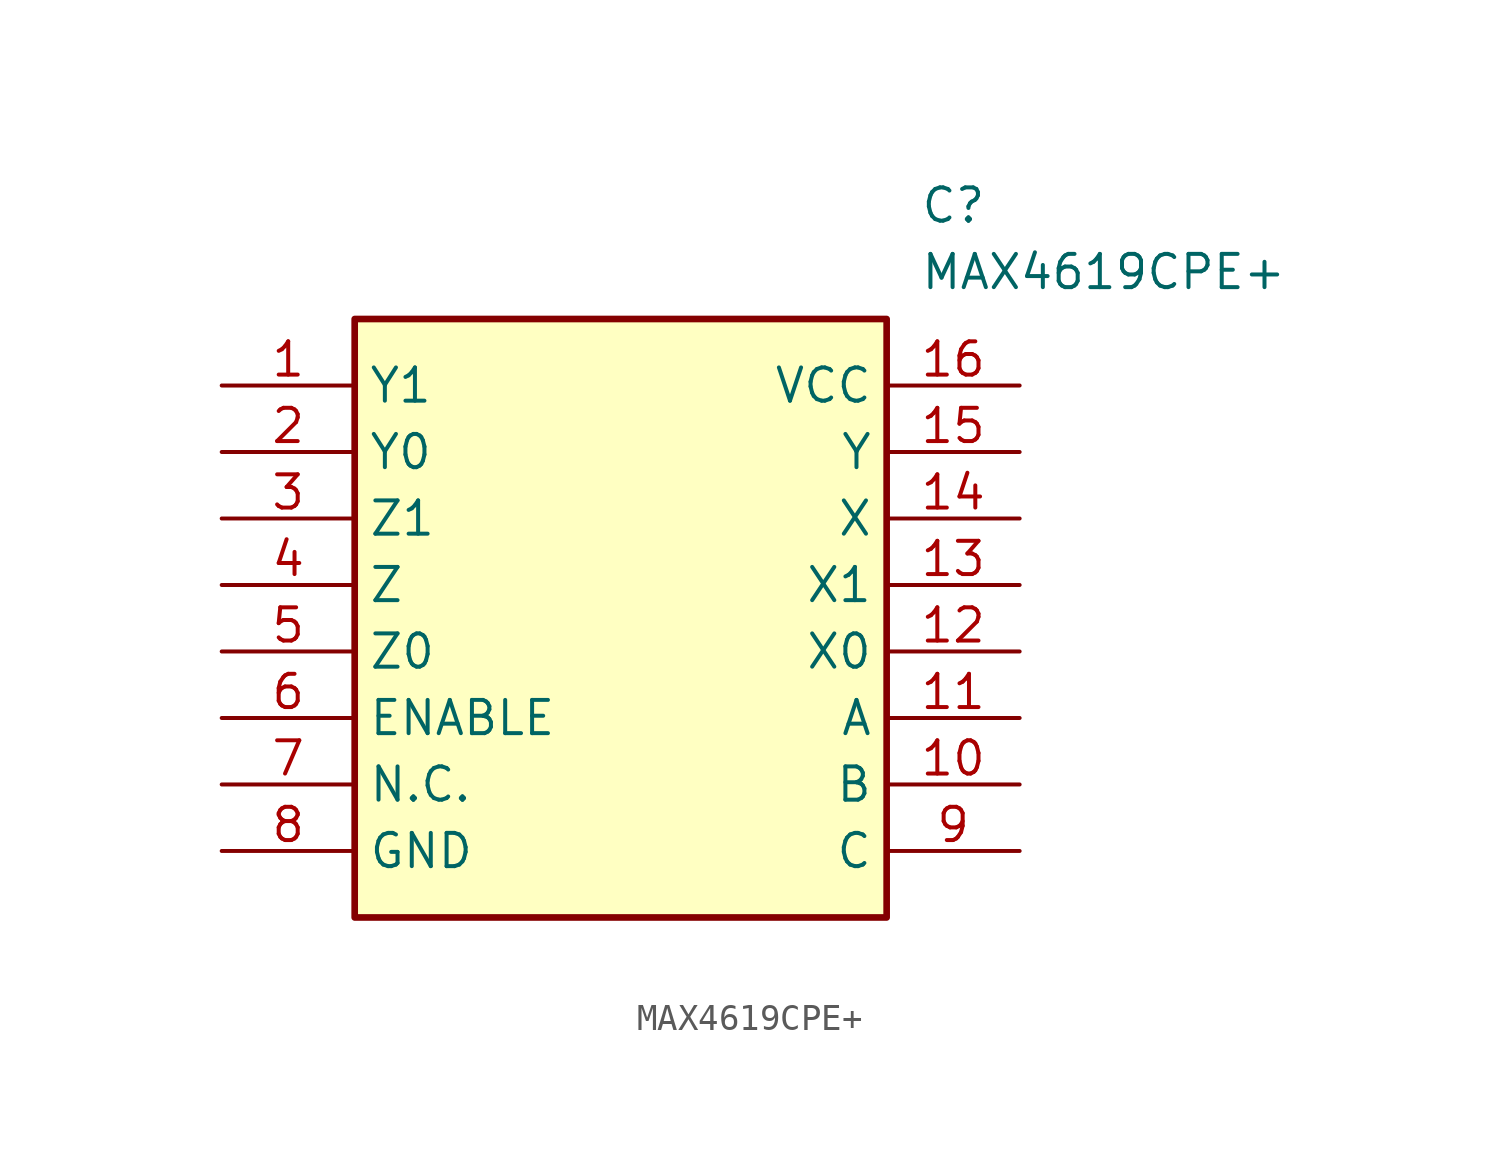
<source format=kicad_sym>
(kicad_symbol_lib
  (version 20211014)
  (generator SamacSys_ECAD_Model)
  (symbol "MAX4619CPE+"
    (property "Reference" "C"
      (at 26.67 7.62 0)
      (effects (font (size 1.27 1.27)) (justify left top)))
    (property "Value" "MAX4619CPE+"
      (at 26.67 5.08 0)
      (effects (font (size 1.27 1.27)) (justify left top)))
    (rectangle
      (start 5.08 2.54)
      (end 25.4 -20.32)
      (stroke (width 0.254) (type default))
      (fill (type background)))
    (pin passive line
      (at 0 0 0)
      (length 5.08)
      (name "Y1" (effects (font (size 1.27 1.27))))
      (number "1" (effects (font (size 1.27 1.27)))))
    (pin passive line
      (at 0 -2.54 0)
      (length 5.08)
      (name "Y0" (effects (font (size 1.27 1.27))))
      (number "2" (effects (font (size 1.27 1.27)))))
    (pin passive line
      (at 0 -5.08 0)
      (length 5.08)
      (name "Z1" (effects (font (size 1.27 1.27))))
      (number "3" (effects (font (size 1.27 1.27)))))
    (pin passive line
      (at 0 -7.62 0)
      (length 5.08)
      (name "Z" (effects (font (size 1.27 1.27))))
      (number "4" (effects (font (size 1.27 1.27)))))
    (pin passive line
      (at 0 -10.16 0)
      (length 5.08)
      (name "Z0" (effects (font (size 1.27 1.27))))
      (number "5" (effects (font (size 1.27 1.27)))))
    (pin passive line
      (at 0 -12.7 0)
      (length 5.08)
      (name "ENABLE" (effects (font (size 1.27 1.27))))
      (number "6" (effects (font (size 1.27 1.27)))))
    (pin passive line
      (at 0 -15.24 0)
      (length 5.08)
      (name "N.C." (effects (font (size 1.27 1.27))))
      (number "7" (effects (font (size 1.27 1.27)))))
    (pin passive line
      (at 0 -17.78 0)
      (length 5.08)
      (name "GND" (effects (font (size 1.27 1.27))))
      (number "8" (effects (font (size 1.27 1.27)))))
    (pin passive line
      (at 30.48 0 180)
      (length 5.08)
      (name "VCC" (effects (font (size 1.27 1.27))))
      (number "16" (effects (font (size 1.27 1.27)))))
    (pin passive line
      (at 30.48 -2.54 180)
      (length 5.08)
      (name "Y" (effects (font (size 1.27 1.27))))
      (number "15" (effects (font (size 1.27 1.27)))))
    (pin passive line
      (at 30.48 -5.08 180)
      (length 5.08)
      (name "X" (effects (font (size 1.27 1.27))))
      (number "14" (effects (font (size 1.27 1.27)))))
    (pin passive line
      (at 30.48 -7.62 180)
      (length 5.08)
      (name "X1" (effects (font (size 1.27 1.27))))
      (number "13" (effects (font (size 1.27 1.27)))))
    (pin passive line
      (at 30.48 -10.16 180)
      (length 5.08)
      (name "X0" (effects (font (size 1.27 1.27))))
      (number "12" (effects (font (size 1.27 1.27)))))
    (pin passive line
      (at 30.48 -12.7 180)
      (length 5.08)
      (name "A" (effects (font (size 1.27 1.27))))
      (number "11" (effects (font (size 1.27 1.27)))))
    (pin passive line
      (at 30.48 -15.24 180)
      (length 5.08)
      (name "B" (effects (font (size 1.27 1.27))))
      (number "10" (effects (font (size 1.27 1.27)))))
    (pin passive line
      (at 30.48 -17.78 180)
      (length 5.08)
      (name "C" (effects (font (size 1.27 1.27))))
      (number "9" (effects (font (size 1.27 1.27)))))))
</source>
